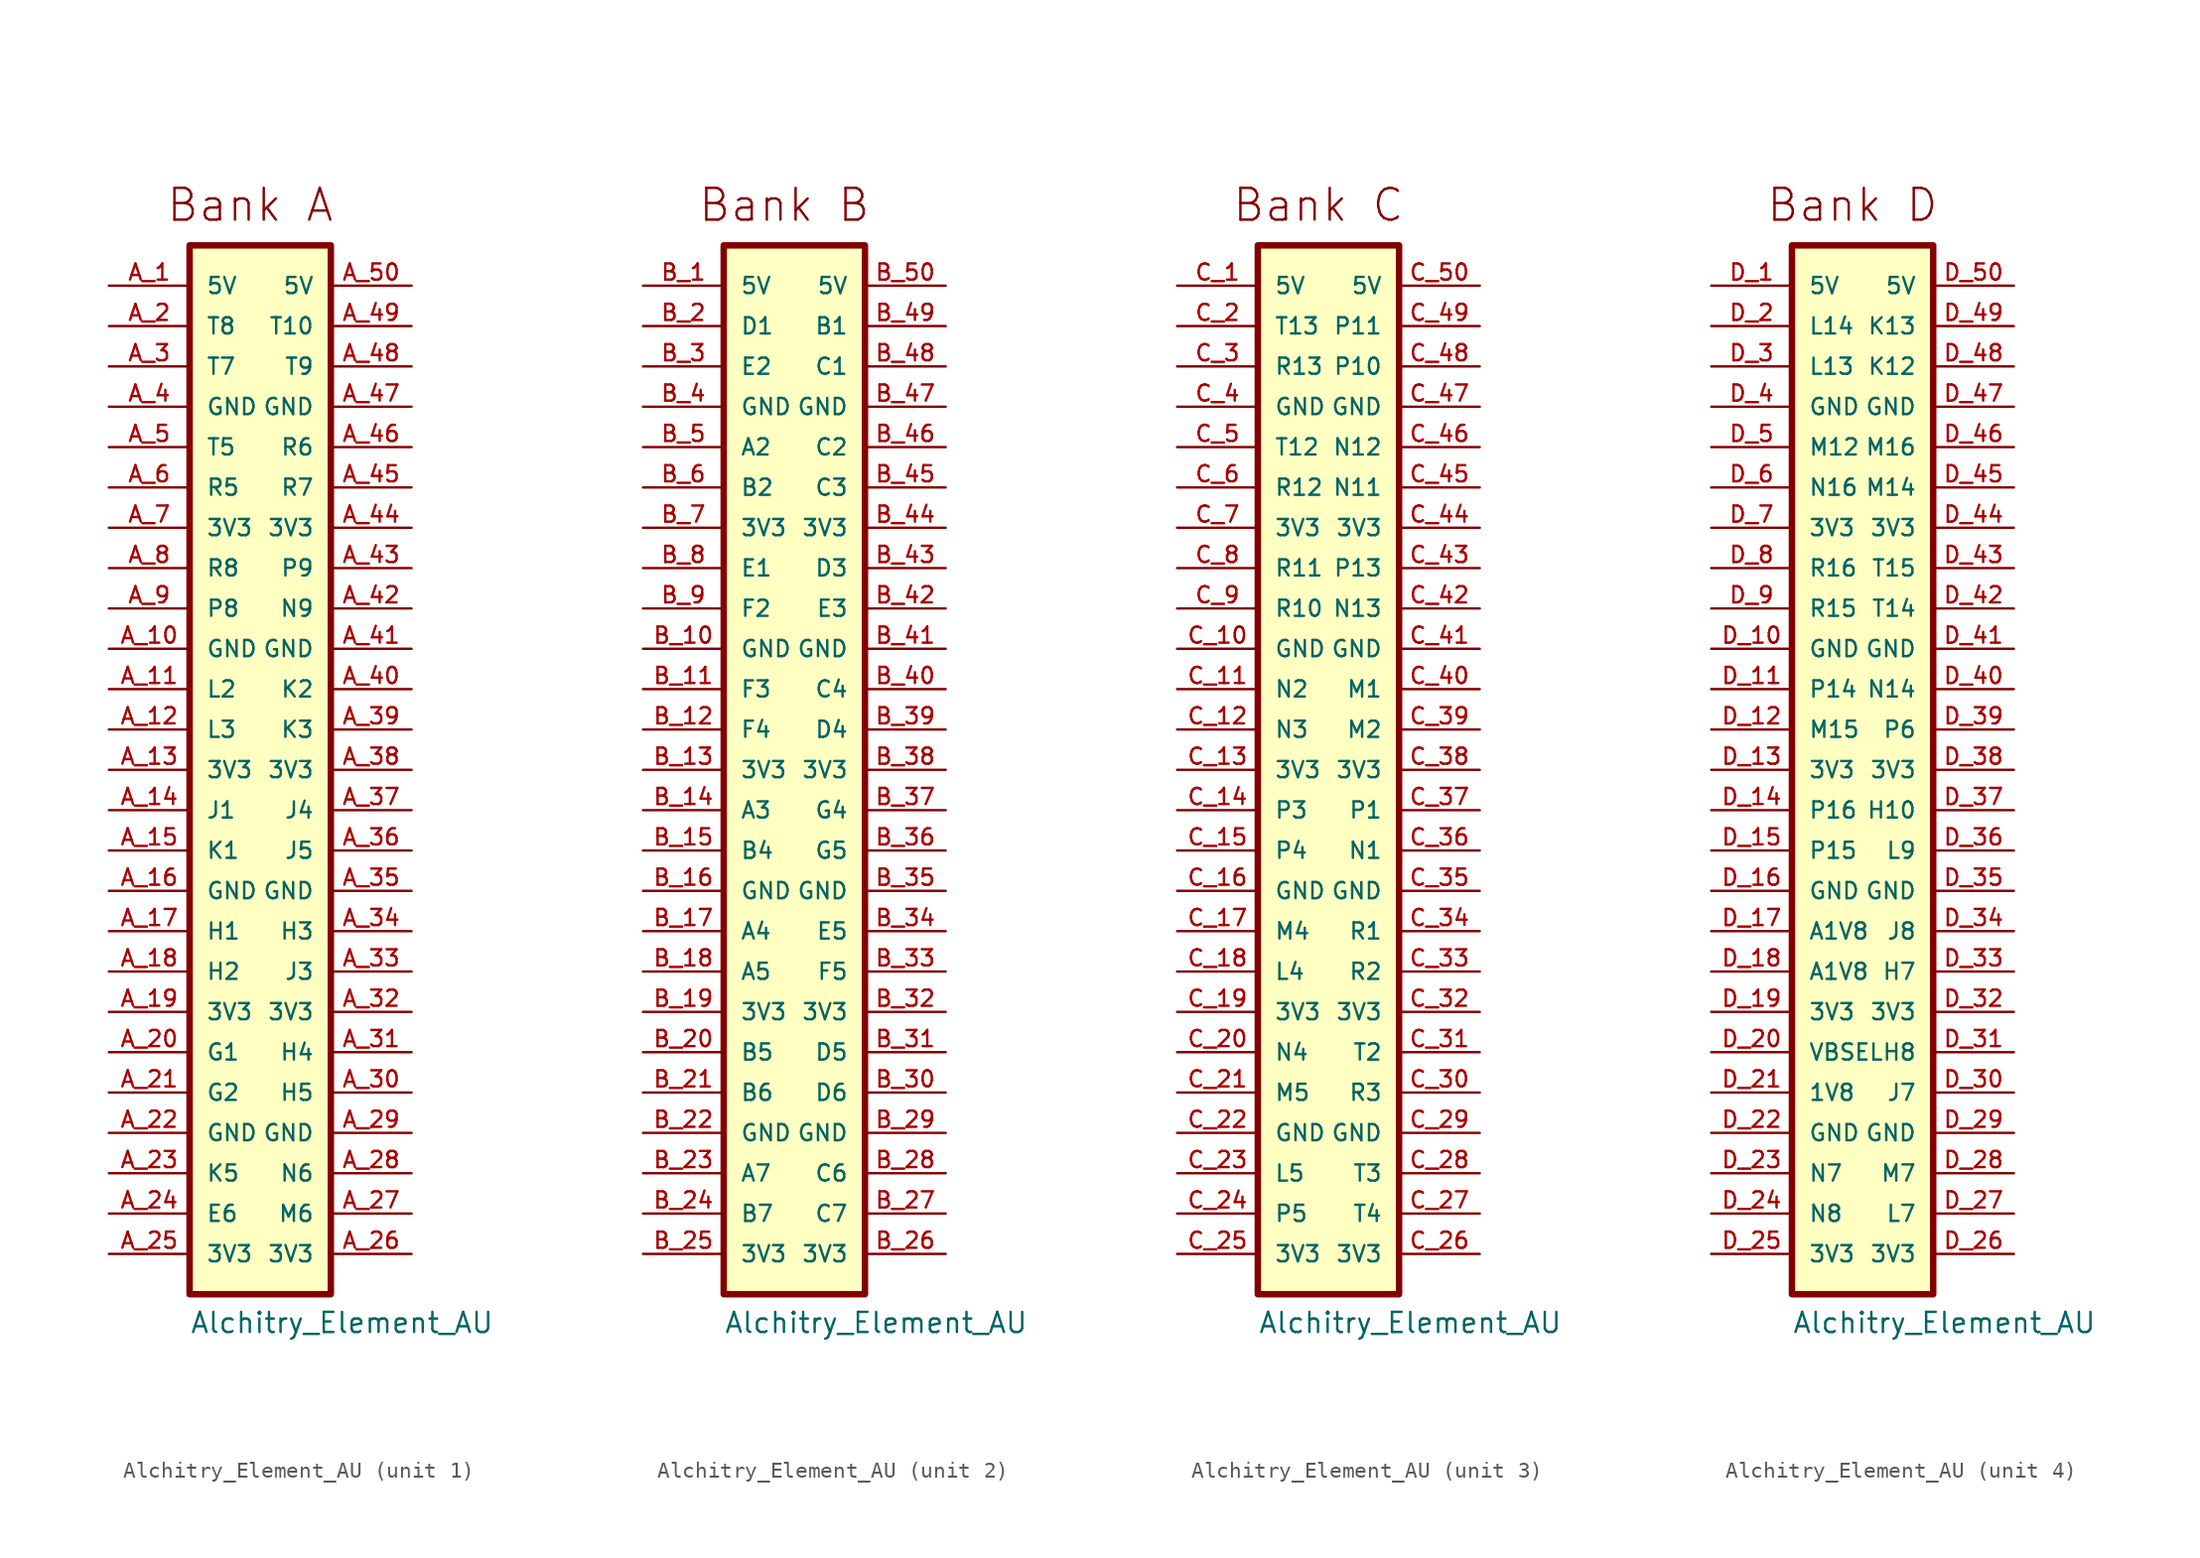
<source format=kicad_sym>
(kicad_symbol_lib
  (version 20220914)
  (generator kicad_symbol_editor)
  (symbol "Alchitry_Element_AU"
    (pin_names
      (offset 1.016))
    (property "Reference" "B"
      (at -3.81 31.242 0)
      (effects (font (size 1.27 1.27)) (justify left bottom) hide))
    (property "Value" "Alchitry_Element_AU"
      (at -3.81 -38.1 0)
      (effects (font (size 1.27 1.27)) (justify left bottom)))
    (symbol "Alchitry_Element_AU_1_0"
      (rectangle (start -3.81 30.48) (end 5.08 -35.56) (stroke (width 0.406) (type default)) (fill (type background)))
      (text "Bank A" (at 0 33.02 0) (effects (font (size 2 2))))
      (pin passive line (at -8.89 27.94 0) (length 5.08) (name "5V" (effects (font (size 1.016 1.016)))) (number "A_1" (effects (font (size 1.016 1.016)))))
      (pin passive line (at -8.89 5.08 0) (length 5.08) (name "GND" (effects (font (size 1.016 1.016)))) (number "A_10" (effects (font (size 1.016 1.016)))))
      (pin passive line (at -8.89 2.54 0) (length 5.08) (name "L2" (effects (font (size 1.016 1.016)))) (number "A_11" (effects (font (size 1.016 1.016)))))
      (pin passive line (at -8.89 0 0) (length 5.08) (name "L3" (effects (font (size 1.016 1.016)))) (number "A_12" (effects (font (size 1.016 1.016)))))
      (pin passive line (at -8.89 -2.54 0) (length 5.08) (name "3V3" (effects (font (size 1.016 1.016)))) (number "A_13" (effects (font (size 1.016 1.016)))))
      (pin passive line (at -8.89 -5.08 0) (length 5.08) (name "J1" (effects (font (size 1.016 1.016)))) (number "A_14" (effects (font (size 1.016 1.016)))))
      (pin passive line (at -8.89 -7.62 0) (length 5.08) (name "K1" (effects (font (size 1.016 1.016)))) (number "A_15" (effects (font (size 1.016 1.016)))))
      (pin passive line (at -8.89 -10.16 0) (length 5.08) (name "GND" (effects (font (size 1.016 1.016)))) (number "A_16" (effects (font (size 1.016 1.016)))))
      (pin passive line (at -8.89 -12.7 0) (length 5.08) (name "H1" (effects (font (size 1.016 1.016)))) (number "A_17" (effects (font (size 1.016 1.016)))))
      (pin passive line (at -8.89 -15.24 0) (length 5.08) (name "H2" (effects (font (size 1.016 1.016)))) (number "A_18" (effects (font (size 1.016 1.016)))))
      (pin passive line (at -8.89 -17.78 0) (length 5.08) (name "3V3" (effects (font (size 1.016 1.016)))) (number "A_19" (effects (font (size 1.016 1.016)))))
      (pin passive line (at -8.89 25.4 0) (length 5.08) (name "T8" (effects (font (size 1.016 1.016)))) (number "A_2" (effects (font (size 1.016 1.016)))))
      (pin passive line (at -8.89 -20.32 0) (length 5.08) (name "G1" (effects (font (size 1.016 1.016)))) (number "A_20" (effects (font (size 1.016 1.016)))))
      (pin passive line (at -8.89 -22.86 0) (length 5.08) (name "G2" (effects (font (size 1.016 1.016)))) (number "A_21" (effects (font (size 1.016 1.016)))))
      (pin passive line (at -8.89 -25.4 0) (length 5.08) (name "GND" (effects (font (size 1.016 1.016)))) (number "A_22" (effects (font (size 1.016 1.016)))))
      (pin passive line (at -8.89 -27.94 0) (length 5.08) (name "K5" (effects (font (size 1.016 1.016)))) (number "A_23" (effects (font (size 1.016 1.016)))))
      (pin passive line (at -8.89 -30.48 0) (length 5.08) (name "E6" (effects (font (size 1.016 1.016)))) (number "A_24" (effects (font (size 1.016 1.016)))))
      (pin passive line (at -8.89 -33.02 0) (length 5.08) (name "3V3" (effects (font (size 1.016 1.016)))) (number "A_25" (effects (font (size 1.016 1.016)))))
      (pin passive line (at 10.16 -33.02 180) (length 5.08) (name "3V3" (effects (font (size 1.016 1.016)))) (number "A_26" (effects (font (size 1.016 1.016)))))
      (pin passive line (at 10.16 -30.48 180) (length 5.08) (name "M6" (effects (font (size 1.016 1.016)))) (number "A_27" (effects (font (size 1.016 1.016)))))
      (pin passive line (at 10.16 -27.94 180) (length 5.08) (name "N6" (effects (font (size 1.016 1.016)))) (number "A_28" (effects (font (size 1.016 1.016)))))
      (pin passive line (at 10.16 -25.4 180) (length 5.08) (name "GND" (effects (font (size 1.016 1.016)))) (number "A_29" (effects (font (size 1.016 1.016)))))
      (pin passive line (at -8.89 22.86 0) (length 5.08) (name "T7" (effects (font (size 1.016 1.016)))) (number "A_3" (effects (font (size 1.016 1.016)))))
      (pin passive line (at 10.16 -22.86 180) (length 5.08) (name "H5" (effects (font (size 1.016 1.016)))) (number "A_30" (effects (font (size 1.016 1.016)))))
      (pin passive line (at 10.16 -20.32 180) (length 5.08) (name "H4" (effects (font (size 1.016 1.016)))) (number "A_31" (effects (font (size 1.016 1.016)))))
      (pin passive line (at 10.16 -17.78 180) (length 5.08) (name "3V3" (effects (font (size 1.016 1.016)))) (number "A_32" (effects (font (size 1.016 1.016)))))
      (pin passive line (at 10.16 -15.24 180) (length 5.08) (name "J3" (effects (font (size 1.016 1.016)))) (number "A_33" (effects (font (size 1.016 1.016)))))
      (pin passive line (at 10.16 -12.7 180) (length 5.08) (name "H3" (effects (font (size 1.016 1.016)))) (number "A_34" (effects (font (size 1.016 1.016)))))
      (pin passive line (at 10.16 -10.16 180) (length 5.08) (name "GND" (effects (font (size 1.016 1.016)))) (number "A_35" (effects (font (size 1.016 1.016)))))
      (pin passive line (at 10.16 -7.62 180) (length 5.08) (name "J5" (effects (font (size 1.016 1.016)))) (number "A_36" (effects (font (size 1.016 1.016)))))
      (pin passive line (at 10.16 -5.08 180) (length 5.08) (name "J4" (effects (font (size 1.016 1.016)))) (number "A_37" (effects (font (size 1.016 1.016)))))
      (pin passive line (at 10.16 -2.54 180) (length 5.08) (name "3V3" (effects (font (size 1.016 1.016)))) (number "A_38" (effects (font (size 1.016 1.016)))))
      (pin passive line (at 10.16 0 180) (length 5.08) (name "K3" (effects (font (size 1.016 1.016)))) (number "A_39" (effects (font (size 1.016 1.016)))))
      (pin passive line (at -8.89 20.32 0) (length 5.08) (name "GND" (effects (font (size 1.016 1.016)))) (number "A_4" (effects (font (size 1.016 1.016)))))
      (pin passive line (at 10.16 2.54 180) (length 5.08) (name "K2" (effects (font (size 1.016 1.016)))) (number "A_40" (effects (font (size 1.016 1.016)))))
      (pin passive line (at 10.16 5.08 180) (length 5.08) (name "GND" (effects (font (size 1.016 1.016)))) (number "A_41" (effects (font (size 1.016 1.016)))))
      (pin passive line (at 10.16 7.62 180) (length 5.08) (name "N9" (effects (font (size 1.016 1.016)))) (number "A_42" (effects (font (size 1.016 1.016)))))
      (pin passive line (at 10.16 10.16 180) (length 5.08) (name "P9" (effects (font (size 1.016 1.016)))) (number "A_43" (effects (font (size 1.016 1.016)))))
      (pin passive line (at 10.16 12.7 180) (length 5.08) (name "3V3" (effects (font (size 1.016 1.016)))) (number "A_44" (effects (font (size 1.016 1.016)))))
      (pin passive line (at 10.16 15.24 180) (length 5.08) (name "R7" (effects (font (size 1.016 1.016)))) (number "A_45" (effects (font (size 1.016 1.016)))))
      (pin passive line (at 10.16 17.78 180) (length 5.08) (name "R6" (effects (font (size 1.016 1.016)))) (number "A_46" (effects (font (size 1.016 1.016)))))
      (pin passive line (at 10.16 20.32 180) (length 5.08) (name "GND" (effects (font (size 1.016 1.016)))) (number "A_47" (effects (font (size 1.016 1.016)))))
      (pin passive line (at 10.16 22.86 180) (length 5.08) (name "T9" (effects (font (size 1.016 1.016)))) (number "A_48" (effects (font (size 1.016 1.016)))))
      (pin passive line (at 10.16 25.4 180) (length 5.08) (name "T10" (effects (font (size 1.016 1.016)))) (number "A_49" (effects (font (size 1.016 1.016)))))
      (pin passive line (at -8.89 17.78 0) (length 5.08) (name "T5" (effects (font (size 1.016 1.016)))) (number "A_5" (effects (font (size 1.016 1.016)))))
      (pin passive line (at 10.16 27.94 180) (length 5.08) (name "5V" (effects (font (size 1.016 1.016)))) (number "A_50" (effects (font (size 1.016 1.016)))))
      (pin passive line (at -8.89 15.24 0) (length 5.08) (name "R5" (effects (font (size 1.016 1.016)))) (number "A_6" (effects (font (size 1.016 1.016)))))
      (pin passive line (at -8.89 12.7 0) (length 5.08) (name "3V3" (effects (font (size 1.016 1.016)))) (number "A_7" (effects (font (size 1.016 1.016)))))
      (pin passive line (at -8.89 10.16 0) (length 5.08) (name "R8" (effects (font (size 1.016 1.016)))) (number "A_8" (effects (font (size 1.016 1.016)))))
      (pin passive line (at -8.89 7.62 0) (length 5.08) (name "P8" (effects (font (size 1.016 1.016)))) (number "A_9" (effects (font (size 1.016 1.016))))))
    (symbol "Alchitry_Element_AU_2_0"
      (rectangle (start -3.81 30.48) (end 5.08 -35.56) (stroke (width 0.406) (type default)) (fill (type background)))
      (text "Bank B" (at 0 33.02 0) (effects (font (size 2 2))))
      (pin passive line (at -8.89 27.94 0) (length 5.08) (name "5V" (effects (font (size 1.016 1.016)))) (number "B_1" (effects (font (size 1.016 1.016)))))
      (pin passive line (at -8.89 5.08 0) (length 5.08) (name "GND" (effects (font (size 1.016 1.016)))) (number "B_10" (effects (font (size 1.016 1.016)))))
      (pin passive line (at -8.89 2.54 0) (length 5.08) (name "F3" (effects (font (size 1.016 1.016)))) (number "B_11" (effects (font (size 1.016 1.016)))))
      (pin passive line (at -8.89 0 0) (length 5.08) (name "F4" (effects (font (size 1.016 1.016)))) (number "B_12" (effects (font (size 1.016 1.016)))))
      (pin passive line (at -8.89 -2.54 0) (length 5.08) (name "3V3" (effects (font (size 1.016 1.016)))) (number "B_13" (effects (font (size 1.016 1.016)))))
      (pin passive line (at -8.89 -5.08 0) (length 5.08) (name "A3" (effects (font (size 1.016 1.016)))) (number "B_14" (effects (font (size 1.016 1.016)))))
      (pin passive line (at -8.89 -7.62 0) (length 5.08) (name "B4" (effects (font (size 1.016 1.016)))) (number "B_15" (effects (font (size 1.016 1.016)))))
      (pin passive line (at -8.89 -10.16 0) (length 5.08) (name "GND" (effects (font (size 1.016 1.016)))) (number "B_16" (effects (font (size 1.016 1.016)))))
      (pin passive line (at -8.89 -12.7 0) (length 5.08) (name "A4" (effects (font (size 1.016 1.016)))) (number "B_17" (effects (font (size 1.016 1.016)))))
      (pin passive line (at -8.89 -15.24 0) (length 5.08) (name "A5" (effects (font (size 1.016 1.016)))) (number "B_18" (effects (font (size 1.016 1.016)))))
      (pin passive line (at -8.89 -17.78 0) (length 5.08) (name "3V3" (effects (font (size 1.016 1.016)))) (number "B_19" (effects (font (size 1.016 1.016)))))
      (pin passive line (at -8.89 25.4 0) (length 5.08) (name "D1" (effects (font (size 1.016 1.016)))) (number "B_2" (effects (font (size 1.016 1.016)))))
      (pin passive line (at -8.89 -20.32 0) (length 5.08) (name "B5" (effects (font (size 1.016 1.016)))) (number "B_20" (effects (font (size 1.016 1.016)))))
      (pin passive line (at -8.89 -22.86 0) (length 5.08) (name "B6" (effects (font (size 1.016 1.016)))) (number "B_21" (effects (font (size 1.016 1.016)))))
      (pin passive line (at -8.89 -25.4 0) (length 5.08) (name "GND" (effects (font (size 1.016 1.016)))) (number "B_22" (effects (font (size 1.016 1.016)))))
      (pin passive line (at -8.89 -27.94 0) (length 5.08) (name "A7" (effects (font (size 1.016 1.016)))) (number "B_23" (effects (font (size 1.016 1.016)))))
      (pin passive line (at -8.89 -30.48 0) (length 5.08) (name "B7" (effects (font (size 1.016 1.016)))) (number "B_24" (effects (font (size 1.016 1.016)))))
      (pin passive line (at -8.89 -33.02 0) (length 5.08) (name "3V3" (effects (font (size 1.016 1.016)))) (number "B_25" (effects (font (size 1.016 1.016)))))
      (pin passive line (at 10.16 -33.02 180) (length 5.08) (name "3V3" (effects (font (size 1.016 1.016)))) (number "B_26" (effects (font (size 1.016 1.016)))))
      (pin passive line (at 10.16 -30.48 180) (length 5.08) (name "C7" (effects (font (size 1.016 1.016)))) (number "B_27" (effects (font (size 1.016 1.016)))))
      (pin passive line (at 10.16 -27.94 180) (length 5.08) (name "C6" (effects (font (size 1.016 1.016)))) (number "B_28" (effects (font (size 1.016 1.016)))))
      (pin passive line (at 10.16 -25.4 180) (length 5.08) (name "GND" (effects (font (size 1.016 1.016)))) (number "B_29" (effects (font (size 1.016 1.016)))))
      (pin passive line (at -8.89 22.86 0) (length 5.08) (name "E2" (effects (font (size 1.016 1.016)))) (number "B_3" (effects (font (size 1.016 1.016)))))
      (pin passive line (at 10.16 -22.86 180) (length 5.08) (name "D6" (effects (font (size 1.016 1.016)))) (number "B_30" (effects (font (size 1.016 1.016)))))
      (pin passive line (at 10.16 -20.32 180) (length 5.08) (name "D5" (effects (font (size 1.016 1.016)))) (number "B_31" (effects (font (size 1.016 1.016)))))
      (pin passive line (at 10.16 -17.78 180) (length 5.08) (name "3V3" (effects (font (size 1.016 1.016)))) (number "B_32" (effects (font (size 1.016 1.016)))))
      (pin passive line (at 10.16 -15.24 180) (length 5.08) (name "F5" (effects (font (size 1.016 1.016)))) (number "B_33" (effects (font (size 1.016 1.016)))))
      (pin passive line (at 10.16 -12.7 180) (length 5.08) (name "E5" (effects (font (size 1.016 1.016)))) (number "B_34" (effects (font (size 1.016 1.016)))))
      (pin passive line (at 10.16 -10.16 180) (length 5.08) (name "GND" (effects (font (size 1.016 1.016)))) (number "B_35" (effects (font (size 1.016 1.016)))))
      (pin passive line (at 10.16 -7.62 180) (length 5.08) (name "G5" (effects (font (size 1.016 1.016)))) (number "B_36" (effects (font (size 1.016 1.016)))))
      (pin passive line (at 10.16 -5.08 180) (length 5.08) (name "G4" (effects (font (size 1.016 1.016)))) (number "B_37" (effects (font (size 1.016 1.016)))))
      (pin passive line (at 10.16 -2.54 180) (length 5.08) (name "3V3" (effects (font (size 1.016 1.016)))) (number "B_38" (effects (font (size 1.016 1.016)))))
      (pin passive line (at 10.16 0 180) (length 5.08) (name "D4" (effects (font (size 1.016 1.016)))) (number "B_39" (effects (font (size 1.016 1.016)))))
      (pin passive line (at -8.89 20.32 0) (length 5.08) (name "GND" (effects (font (size 1.016 1.016)))) (number "B_4" (effects (font (size 1.016 1.016)))))
      (pin passive line (at 10.16 2.54 180) (length 5.08) (name "C4" (effects (font (size 1.016 1.016)))) (number "B_40" (effects (font (size 1.016 1.016)))))
      (pin passive line (at 10.16 5.08 180) (length 5.08) (name "GND" (effects (font (size 1.016 1.016)))) (number "B_41" (effects (font (size 1.016 1.016)))))
      (pin passive line (at 10.16 7.62 180) (length 5.08) (name "E3" (effects (font (size 1.016 1.016)))) (number "B_42" (effects (font (size 1.016 1.016)))))
      (pin passive line (at 10.16 10.16 180) (length 5.08) (name "D3" (effects (font (size 1.016 1.016)))) (number "B_43" (effects (font (size 1.016 1.016)))))
      (pin passive line (at 10.16 12.7 180) (length 5.08) (name "3V3" (effects (font (size 1.016 1.016)))) (number "B_44" (effects (font (size 1.016 1.016)))))
      (pin passive line (at 10.16 15.24 180) (length 5.08) (name "C3" (effects (font (size 1.016 1.016)))) (number "B_45" (effects (font (size 1.016 1.016)))))
      (pin passive line (at 10.16 17.78 180) (length 5.08) (name "C2" (effects (font (size 1.016 1.016)))) (number "B_46" (effects (font (size 1.016 1.016)))))
      (pin passive line (at 10.16 20.32 180) (length 5.08) (name "GND" (effects (font (size 1.016 1.016)))) (number "B_47" (effects (font (size 1.016 1.016)))))
      (pin passive line (at 10.16 22.86 180) (length 5.08) (name "C1" (effects (font (size 1.016 1.016)))) (number "B_48" (effects (font (size 1.016 1.016)))))
      (pin passive line (at 10.16 25.4 180) (length 5.08) (name "B1" (effects (font (size 1.016 1.016)))) (number "B_49" (effects (font (size 1.016 1.016)))))
      (pin passive line (at -8.89 17.78 0) (length 5.08) (name "A2" (effects (font (size 1.016 1.016)))) (number "B_5" (effects (font (size 1.016 1.016)))))
      (pin passive line (at 10.16 27.94 180) (length 5.08) (name "5V" (effects (font (size 1.016 1.016)))) (number "B_50" (effects (font (size 1.016 1.016)))))
      (pin passive line (at -8.89 15.24 0) (length 5.08) (name "B2" (effects (font (size 1.016 1.016)))) (number "B_6" (effects (font (size 1.016 1.016)))))
      (pin passive line (at -8.89 12.7 0) (length 5.08) (name "3V3" (effects (font (size 1.016 1.016)))) (number "B_7" (effects (font (size 1.016 1.016)))))
      (pin passive line (at -8.89 10.16 0) (length 5.08) (name "E1" (effects (font (size 1.016 1.016)))) (number "B_8" (effects (font (size 1.016 1.016)))))
      (pin passive line (at -8.89 7.62 0) (length 5.08) (name "F2" (effects (font (size 1.016 1.016)))) (number "B_9" (effects (font (size 1.016 1.016))))))
    (symbol "Alchitry_Element_AU_3_0"
      (rectangle (start -3.81 30.48) (end 5.08 -35.56) (stroke (width 0.406) (type default)) (fill (type background)))
      (text "Bank C" (at 0 33.02 0) (effects (font (size 2 2))))
      (pin passive line (at -8.89 27.94 0) (length 5.08) (name "5V" (effects (font (size 1.016 1.016)))) (number "C_1" (effects (font (size 1.016 1.016)))))
      (pin passive line (at -8.89 5.08 0) (length 5.08) (name "GND" (effects (font (size 1.016 1.016)))) (number "C_10" (effects (font (size 1.016 1.016)))))
      (pin passive line (at -8.89 2.54 0) (length 5.08) (name "N2" (effects (font (size 1.016 1.016)))) (number "C_11" (effects (font (size 1.016 1.016)))))
      (pin passive line (at -8.89 0 0) (length 5.08) (name "N3" (effects (font (size 1.016 1.016)))) (number "C_12" (effects (font (size 1.016 1.016)))))
      (pin passive line (at -8.89 -2.54 0) (length 5.08) (name "3V3" (effects (font (size 1.016 1.016)))) (number "C_13" (effects (font (size 1.016 1.016)))))
      (pin passive line (at -8.89 -5.08 0) (length 5.08) (name "P3" (effects (font (size 1.016 1.016)))) (number "C_14" (effects (font (size 1.016 1.016)))))
      (pin passive line (at -8.89 -7.62 0) (length 5.08) (name "P4" (effects (font (size 1.016 1.016)))) (number "C_15" (effects (font (size 1.016 1.016)))))
      (pin passive line (at -8.89 -10.16 0) (length 5.08) (name "GND" (effects (font (size 1.016 1.016)))) (number "C_16" (effects (font (size 1.016 1.016)))))
      (pin passive line (at -8.89 -12.7 0) (length 5.08) (name "M4" (effects (font (size 1.016 1.016)))) (number "C_17" (effects (font (size 1.016 1.016)))))
      (pin passive line (at -8.89 -15.24 0) (length 5.08) (name "L4" (effects (font (size 1.016 1.016)))) (number "C_18" (effects (font (size 1.016 1.016)))))
      (pin passive line (at -8.89 -17.78 0) (length 5.08) (name "3V3" (effects (font (size 1.016 1.016)))) (number "C_19" (effects (font (size 1.016 1.016)))))
      (pin passive line (at -8.89 25.4 0) (length 5.08) (name "T13" (effects (font (size 1.016 1.016)))) (number "C_2" (effects (font (size 1.016 1.016)))))
      (pin passive line (at -8.89 -20.32 0) (length 5.08) (name "N4" (effects (font (size 1.016 1.016)))) (number "C_20" (effects (font (size 1.016 1.016)))))
      (pin passive line (at -8.89 -22.86 0) (length 5.08) (name "M5" (effects (font (size 1.016 1.016)))) (number "C_21" (effects (font (size 1.016 1.016)))))
      (pin passive line (at -8.89 -25.4 0) (length 5.08) (name "GND" (effects (font (size 1.016 1.016)))) (number "C_22" (effects (font (size 1.016 1.016)))))
      (pin passive line (at -8.89 -27.94 0) (length 5.08) (name "L5" (effects (font (size 1.016 1.016)))) (number "C_23" (effects (font (size 1.016 1.016)))))
      (pin passive line (at -8.89 -30.48 0) (length 5.08) (name "P5" (effects (font (size 1.016 1.016)))) (number "C_24" (effects (font (size 1.016 1.016)))))
      (pin passive line (at -8.89 -33.02 0) (length 5.08) (name "3V3" (effects (font (size 1.016 1.016)))) (number "C_25" (effects (font (size 1.016 1.016)))))
      (pin passive line (at 10.16 -33.02 180) (length 5.08) (name "3V3" (effects (font (size 1.016 1.016)))) (number "C_26" (effects (font (size 1.016 1.016)))))
      (pin passive line (at 10.16 -30.48 180) (length 5.08) (name "T4" (effects (font (size 1.016 1.016)))) (number "C_27" (effects (font (size 1.016 1.016)))))
      (pin passive line (at 10.16 -27.94 180) (length 5.08) (name "T3" (effects (font (size 1.016 1.016)))) (number "C_28" (effects (font (size 1.016 1.016)))))
      (pin passive line (at 10.16 -25.4 180) (length 5.08) (name "GND" (effects (font (size 1.016 1.016)))) (number "C_29" (effects (font (size 1.016 1.016)))))
      (pin passive line (at -8.89 22.86 0) (length 5.08) (name "R13" (effects (font (size 1.016 1.016)))) (number "C_3" (effects (font (size 1.016 1.016)))))
      (pin passive line (at 10.16 -22.86 180) (length 5.08) (name "R3" (effects (font (size 1.016 1.016)))) (number "C_30" (effects (font (size 1.016 1.016)))))
      (pin passive line (at 10.16 -20.32 180) (length 5.08) (name "T2" (effects (font (size 1.016 1.016)))) (number "C_31" (effects (font (size 1.016 1.016)))))
      (pin passive line (at 10.16 -17.78 180) (length 5.08) (name "3V3" (effects (font (size 1.016 1.016)))) (number "C_32" (effects (font (size 1.016 1.016)))))
      (pin passive line (at 10.16 -15.24 180) (length 5.08) (name "R2" (effects (font (size 1.016 1.016)))) (number "C_33" (effects (font (size 1.016 1.016)))))
      (pin passive line (at 10.16 -12.7 180) (length 5.08) (name "R1" (effects (font (size 1.016 1.016)))) (number "C_34" (effects (font (size 1.016 1.016)))))
      (pin passive line (at 10.16 -10.16 180) (length 5.08) (name "GND" (effects (font (size 1.016 1.016)))) (number "C_35" (effects (font (size 1.016 1.016)))))
      (pin passive line (at 10.16 -7.62 180) (length 5.08) (name "N1" (effects (font (size 1.016 1.016)))) (number "C_36" (effects (font (size 1.016 1.016)))))
      (pin passive line (at 10.16 -5.08 180) (length 5.08) (name "P1" (effects (font (size 1.016 1.016)))) (number "C_37" (effects (font (size 1.016 1.016)))))
      (pin passive line (at 10.16 -2.54 180) (length 5.08) (name "3V3" (effects (font (size 1.016 1.016)))) (number "C_38" (effects (font (size 1.016 1.016)))))
      (pin passive line (at 10.16 0 180) (length 5.08) (name "M2" (effects (font (size 1.016 1.016)))) (number "C_39" (effects (font (size 1.016 1.016)))))
      (pin passive line (at -8.89 20.32 0) (length 5.08) (name "GND" (effects (font (size 1.016 1.016)))) (number "C_4" (effects (font (size 1.016 1.016)))))
      (pin passive line (at 10.16 2.54 180) (length 5.08) (name "M1" (effects (font (size 1.016 1.016)))) (number "C_40" (effects (font (size 1.016 1.016)))))
      (pin passive line (at 10.16 5.08 180) (length 5.08) (name "GND" (effects (font (size 1.016 1.016)))) (number "C_41" (effects (font (size 1.016 1.016)))))
      (pin passive line (at 10.16 7.62 180) (length 5.08) (name "N13" (effects (font (size 1.016 1.016)))) (number "C_42" (effects (font (size 1.016 1.016)))))
      (pin passive line (at 10.16 10.16 180) (length 5.08) (name "P13" (effects (font (size 1.016 1.016)))) (number "C_43" (effects (font (size 1.016 1.016)))))
      (pin passive line (at 10.16 12.7 180) (length 5.08) (name "3V3" (effects (font (size 1.016 1.016)))) (number "C_44" (effects (font (size 1.016 1.016)))))
      (pin passive line (at 10.16 15.24 180) (length 5.08) (name "N11" (effects (font (size 1.016 1.016)))) (number "C_45" (effects (font (size 1.016 1.016)))))
      (pin passive line (at 10.16 17.78 180) (length 5.08) (name "N12" (effects (font (size 1.016 1.016)))) (number "C_46" (effects (font (size 1.016 1.016)))))
      (pin passive line (at 10.16 20.32 180) (length 5.08) (name "GND" (effects (font (size 1.016 1.016)))) (number "C_47" (effects (font (size 1.016 1.016)))))
      (pin passive line (at 10.16 22.86 180) (length 5.08) (name "P10" (effects (font (size 1.016 1.016)))) (number "C_48" (effects (font (size 1.016 1.016)))))
      (pin passive line (at 10.16 25.4 180) (length 5.08) (name "P11" (effects (font (size 1.016 1.016)))) (number "C_49" (effects (font (size 1.016 1.016)))))
      (pin passive line (at -8.89 17.78 0) (length 5.08) (name "T12" (effects (font (size 1.016 1.016)))) (number "C_5" (effects (font (size 1.016 1.016)))))
      (pin passive line (at 10.16 27.94 180) (length 5.08) (name "5V" (effects (font (size 1.016 1.016)))) (number "C_50" (effects (font (size 1.016 1.016)))))
      (pin passive line (at -8.89 15.24 0) (length 5.08) (name "R12" (effects (font (size 1.016 1.016)))) (number "C_6" (effects (font (size 1.016 1.016)))))
      (pin passive line (at -8.89 12.7 0) (length 5.08) (name "3V3" (effects (font (size 1.016 1.016)))) (number "C_7" (effects (font (size 1.016 1.016)))))
      (pin passive line (at -8.89 10.16 0) (length 5.08) (name "R11" (effects (font (size 1.016 1.016)))) (number "C_8" (effects (font (size 1.016 1.016)))))
      (pin passive line (at -8.89 7.62 0) (length 5.08) (name "R10" (effects (font (size 1.016 1.016)))) (number "C_9" (effects (font (size 1.016 1.016))))))
    (symbol "Alchitry_Element_AU_4_0"
      (rectangle (start -3.81 30.48) (end 5.08 -35.56) (stroke (width 0.406) (type default)) (fill (type background)))
      (text "Bank D" (at 0 33.02 0) (effects (font (size 2 2))))
      (pin passive line (at -8.89 27.94 0) (length 5.08) (name "5V" (effects (font (size 1.016 1.016)))) (number "D_1" (effects (font (size 1.016 1.016)))))
      (pin passive line (at -8.89 5.08 0) (length 5.08) (name "GND" (effects (font (size 1.016 1.016)))) (number "D_10" (effects (font (size 1.016 1.016)))))
      (pin passive line (at -8.89 2.54 0) (length 5.08) (name "P14" (effects (font (size 1.016 1.016)))) (number "D_11" (effects (font (size 1.016 1.016)))))
      (pin passive line (at -8.89 0 0) (length 5.08) (name "M15" (effects (font (size 1.016 1.016)))) (number "D_12" (effects (font (size 1.016 1.016)))))
      (pin passive line (at -8.89 -2.54 0) (length 5.08) (name "3V3" (effects (font (size 1.016 1.016)))) (number "D_13" (effects (font (size 1.016 1.016)))))
      (pin passive line (at -8.89 -5.08 0) (length 5.08) (name "P16" (effects (font (size 1.016 1.016)))) (number "D_14" (effects (font (size 1.016 1.016)))))
      (pin passive line (at -8.89 -7.62 0) (length 5.08) (name "P15" (effects (font (size 1.016 1.016)))) (number "D_15" (effects (font (size 1.016 1.016)))))
      (pin passive line (at -8.89 -10.16 0) (length 5.08) (name "GND" (effects (font (size 1.016 1.016)))) (number "D_16" (effects (font (size 1.016 1.016)))))
      (pin passive line (at -8.89 -12.7 0) (length 5.08) (name "A1V8" (effects (font (size 1.016 1.016)))) (number "D_17" (effects (font (size 1.016 1.016)))))
      (pin passive line (at -8.89 -15.24 0) (length 5.08) (name "A1V8" (effects (font (size 1.016 1.016)))) (number "D_18" (effects (font (size 1.016 1.016)))))
      (pin passive line (at -8.89 -17.78 0) (length 5.08) (name "3V3" (effects (font (size 1.016 1.016)))) (number "D_19" (effects (font (size 1.016 1.016)))))
      (pin passive line (at -8.89 25.4 0) (length 5.08) (name "L14" (effects (font (size 1.016 1.016)))) (number "D_2" (effects (font (size 1.016 1.016)))))
      (pin passive line (at -8.89 -20.32 0) (length 5.08) (name "VBSEL" (effects (font (size 1.016 1.016)))) (number "D_20" (effects (font (size 1.016 1.016)))))
      (pin passive line (at -8.89 -22.86 0) (length 5.08) (name "1V8" (effects (font (size 1.016 1.016)))) (number "D_21" (effects (font (size 1.016 1.016)))))
      (pin passive line (at -8.89 -25.4 0) (length 5.08) (name "GND" (effects (font (size 1.016 1.016)))) (number "D_22" (effects (font (size 1.016 1.016)))))
      (pin passive line (at -8.89 -27.94 0) (length 5.08) (name "N7" (effects (font (size 1.016 1.016)))) (number "D_23" (effects (font (size 1.016 1.016)))))
      (pin passive line (at -8.89 -30.48 0) (length 5.08) (name "N8" (effects (font (size 1.016 1.016)))) (number "D_24" (effects (font (size 1.016 1.016)))))
      (pin passive line (at -8.89 -33.02 0) (length 5.08) (name "3V3" (effects (font (size 1.016 1.016)))) (number "D_25" (effects (font (size 1.016 1.016)))))
      (pin passive line (at 10.16 -33.02 180) (length 5.08) (name "3V3" (effects (font (size 1.016 1.016)))) (number "D_26" (effects (font (size 1.016 1.016)))))
      (pin passive line (at 10.16 -30.48 180) (length 5.08) (name "L7" (effects (font (size 1.016 1.016)))) (number "D_27" (effects (font (size 1.016 1.016)))))
      (pin passive line (at 10.16 -27.94 180) (length 5.08) (name "M7" (effects (font (size 1.016 1.016)))) (number "D_28" (effects (font (size 1.016 1.016)))))
      (pin passive line (at 10.16 -25.4 180) (length 5.08) (name "GND" (effects (font (size 1.016 1.016)))) (number "D_29" (effects (font (size 1.016 1.016)))))
      (pin passive line (at -8.89 22.86 0) (length 5.08) (name "L13" (effects (font (size 1.016 1.016)))) (number "D_3" (effects (font (size 1.016 1.016)))))
      (pin passive line (at 10.16 -22.86 180) (length 5.08) (name "J7" (effects (font (size 1.016 1.016)))) (number "D_30" (effects (font (size 1.016 1.016)))))
      (pin passive line (at 10.16 -20.32 180) (length 5.08) (name "H8" (effects (font (size 1.016 1.016)))) (number "D_31" (effects (font (size 1.016 1.016)))))
      (pin passive line (at 10.16 -17.78 180) (length 5.08) (name "3V3" (effects (font (size 1.016 1.016)))) (number "D_32" (effects (font (size 1.016 1.016)))))
      (pin passive line (at 10.16 -15.24 180) (length 5.08) (name "H7" (effects (font (size 1.016 1.016)))) (number "D_33" (effects (font (size 1.016 1.016)))))
      (pin passive line (at 10.16 -12.7 180) (length 5.08) (name "J8" (effects (font (size 1.016 1.016)))) (number "D_34" (effects (font (size 1.016 1.016)))))
      (pin passive line (at 10.16 -10.16 180) (length 5.08) (name "GND" (effects (font (size 1.016 1.016)))) (number "D_35" (effects (font (size 1.016 1.016)))))
      (pin passive line (at 10.16 -7.62 180) (length 5.08) (name "L9" (effects (font (size 1.016 1.016)))) (number "D_36" (effects (font (size 1.016 1.016)))))
      (pin passive line (at 10.16 -5.08 180) (length 5.08) (name "H10" (effects (font (size 1.016 1.016)))) (number "D_37" (effects (font (size 1.016 1.016)))))
      (pin passive line (at 10.16 -2.54 180) (length 5.08) (name "3V3" (effects (font (size 1.016 1.016)))) (number "D_38" (effects (font (size 1.016 1.016)))))
      (pin passive line (at 10.16 0 180) (length 5.08) (name "P6" (effects (font (size 1.016 1.016)))) (number "D_39" (effects (font (size 1.016 1.016)))))
      (pin passive line (at -8.89 20.32 0) (length 5.08) (name "GND" (effects (font (size 1.016 1.016)))) (number "D_4" (effects (font (size 1.016 1.016)))))
      (pin passive line (at 10.16 2.54 180) (length 5.08) (name "N14" (effects (font (size 1.016 1.016)))) (number "D_40" (effects (font (size 1.016 1.016)))))
      (pin passive line (at 10.16 5.08 180) (length 5.08) (name "GND" (effects (font (size 1.016 1.016)))) (number "D_41" (effects (font (size 1.016 1.016)))))
      (pin passive line (at 10.16 7.62 180) (length 5.08) (name "T14" (effects (font (size 1.016 1.016)))) (number "D_42" (effects (font (size 1.016 1.016)))))
      (pin passive line (at 10.16 10.16 180) (length 5.08) (name "T15" (effects (font (size 1.016 1.016)))) (number "D_43" (effects (font (size 1.016 1.016)))))
      (pin passive line (at 10.16 12.7 180) (length 5.08) (name "3V3" (effects (font (size 1.016 1.016)))) (number "D_44" (effects (font (size 1.016 1.016)))))
      (pin passive line (at 10.16 15.24 180) (length 5.08) (name "M14" (effects (font (size 1.016 1.016)))) (number "D_45" (effects (font (size 1.016 1.016)))))
      (pin passive line (at 10.16 17.78 180) (length 5.08) (name "M16" (effects (font (size 1.016 1.016)))) (number "D_46" (effects (font (size 1.016 1.016)))))
      (pin passive line (at 10.16 20.32 180) (length 5.08) (name "GND" (effects (font (size 1.016 1.016)))) (number "D_47" (effects (font (size 1.016 1.016)))))
      (pin passive line (at 10.16 22.86 180) (length 5.08) (name "K12" (effects (font (size 1.016 1.016)))) (number "D_48" (effects (font (size 1.016 1.016)))))
      (pin passive line (at 10.16 25.4 180) (length 5.08) (name "K13" (effects (font (size 1.016 1.016)))) (number "D_49" (effects (font (size 1.016 1.016)))))
      (pin passive line (at -8.89 17.78 0) (length 5.08) (name "M12" (effects (font (size 1.016 1.016)))) (number "D_5" (effects (font (size 1.016 1.016)))))
      (pin passive line (at 10.16 27.94 180) (length 5.08) (name "5V" (effects (font (size 1.016 1.016)))) (number "D_50" (effects (font (size 1.016 1.016)))))
      (pin passive line (at -8.89 15.24 0) (length 5.08) (name "N16" (effects (font (size 1.016 1.016)))) (number "D_6" (effects (font (size 1.016 1.016)))))
      (pin passive line (at -8.89 12.7 0) (length 5.08) (name "3V3" (effects (font (size 1.016 1.016)))) (number "D_7" (effects (font (size 1.016 1.016)))))
      (pin passive line (at -8.89 10.16 0) (length 5.08) (name "R16" (effects (font (size 1.016 1.016)))) (number "D_8" (effects (font (size 1.016 1.016)))))
      (pin passive line (at -8.89 7.62 0) (length 5.08) (name "R15" (effects (font (size 1.016 1.016)))) (number "D_9" (effects (font (size 1.016 1.016))))))))
</source>
